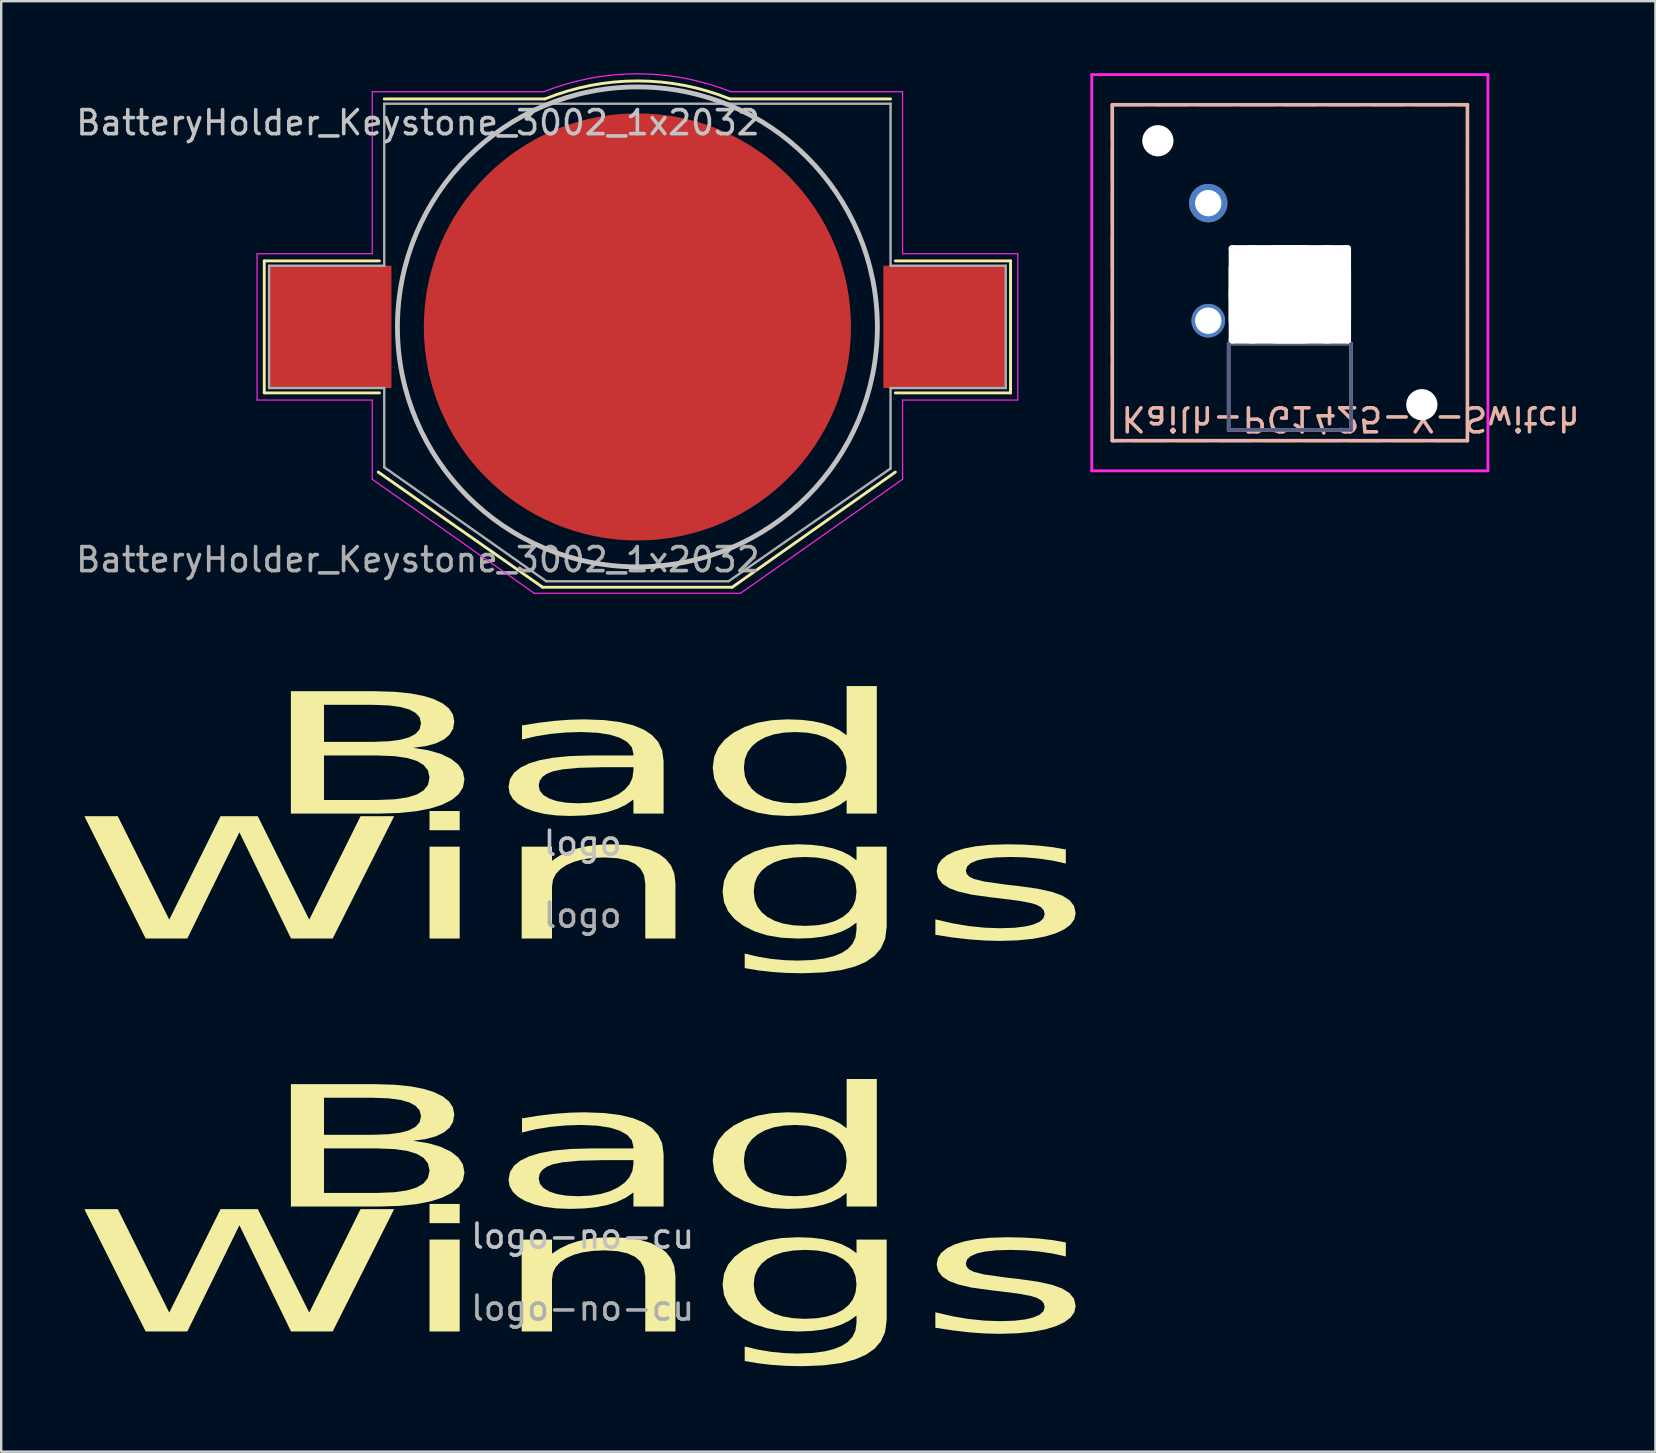
<source format=kicad_pcb>
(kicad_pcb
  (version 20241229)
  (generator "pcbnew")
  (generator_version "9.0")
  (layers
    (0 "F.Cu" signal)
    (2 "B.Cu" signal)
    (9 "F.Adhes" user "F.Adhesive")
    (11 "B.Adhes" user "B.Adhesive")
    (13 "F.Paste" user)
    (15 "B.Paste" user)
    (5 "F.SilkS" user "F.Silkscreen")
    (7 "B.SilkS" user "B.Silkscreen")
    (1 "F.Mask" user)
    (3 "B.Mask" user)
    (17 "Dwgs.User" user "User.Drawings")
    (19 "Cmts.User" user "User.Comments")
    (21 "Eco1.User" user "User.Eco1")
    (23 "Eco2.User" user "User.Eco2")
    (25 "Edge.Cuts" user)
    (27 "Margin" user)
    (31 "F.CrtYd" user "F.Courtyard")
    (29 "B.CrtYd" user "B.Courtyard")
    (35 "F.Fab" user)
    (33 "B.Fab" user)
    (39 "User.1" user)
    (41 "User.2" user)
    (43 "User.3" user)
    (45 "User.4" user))
  (footprint "logo"
    (layer "F.Cu")
    (at 21.23 32.591)
    (property "Reference" "logo" (at 0 -0.5 0) (unlocked yes) (layer "Dwgs.User") (effects (font (size 1 1) (thickness 0.15))))
    (attr smd)
    (fp_text user "Wings" (at 0 1.397 0) (unlocked yes) (layer "F.SilkS") (effects (font (face "a Another Tag") (size 5 10) (thickness 0.15))))
    (fp_text user "Bad" (at 0 -3.81 0) (unlocked yes) (layer "F.SilkS") (effects (font (face "a Another Tag") (size 5 10) (thickness 0.15))))
    (fp_text user "${REFERENCE}" (at 0 2.5 0) (unlocked yes) (layer "F.Fab") (effects (font (size 1 1) (thickness 0.15)))))
  (footprint "Kailh-PG1425-X-Switch"
    (layer "F.Cu")
    (at 50.703 8.303)
    (property "Reference" "Kailh-PG1425-X-Switch" (at -7.112 6.096 180) (unlocked yes) (layer "B.SilkS") (effects (font (size 1 1) (thickness 0.15)) (justify left mirror)))
    (attr through_hole)
    (fp_rect (start -7.4 -6.987) (end 7.4 7.013) (stroke (width 0.12) (type dash)) (fill no) (layer "F.SilkS"))
    (fp_line (start -7.4 -6.988) (end -7.4 7.012) (stroke (width 0.15) (type solid)) (layer "B.SilkS"))
    (fp_line (start -7.4 7.012) (end 7.4 7.012) (stroke (width 0.15) (type solid)) (layer "B.SilkS"))
    (fp_line (start 7.4 -6.988) (end -7.4 -6.988) (stroke (width 0.15) (type solid)) (layer "B.SilkS"))
    (fp_line (start 7.4 7.012) (end 7.4 -6.988) (stroke (width 0.15) (type solid)) (layer "B.SilkS"))
    (fp_line (start -8.255 -8.242) (end 8.255 -8.242) (stroke (width 0.12) (type solid)) (layer "F.CrtYd"))
    (fp_line (start -8.255 8.268) (end -8.255 -8.242) (stroke (width 0.12) (type solid)) (layer "F.CrtYd"))
    (fp_line (start 8.255 -8.242) (end 8.255 8.268) (stroke (width 0.12) (type solid)) (layer "F.CrtYd"))
    (fp_line (start 8.255 8.268) (end -8.255 8.268) (stroke (width 0.12) (type solid)) (layer "F.CrtYd"))
    (fp_line (start -2.55 2.962) (end 2.55 2.962) (stroke (width 0.15) (type solid)) (layer "B.Fab"))
    (fp_line (start -2.55 6.562) (end -2.55 2.962) (stroke (width 0.15) (type solid)) (layer "B.Fab"))
    (fp_line (start 2.55 2.962) (end 2.55 6.562) (stroke (width 0.15) (type solid)) (layer "B.Fab"))
    (fp_line (start 2.55 6.562) (end -2.55 6.562) (stroke (width 0.15) (type solid)) (layer "B.Fab"))
    (fp_line (start -2.55 2.962) (end -2.55 6.562) (stroke (width 0.15) (type solid)) (layer "F.Fab"))
    (fp_line (start -2.55 6.562) (end 2.55 6.562) (stroke (width 0.15) (type solid)) (layer "F.Fab"))
    (fp_line (start 2.55 2.962) (end -2.55 2.962) (stroke (width 0.15) (type solid)) (layer "F.Fab"))
    (fp_line (start 2.55 6.562) (end 2.55 2.962) (stroke (width 0.15) (type solid)) (layer "F.Fab"))
    (pad "" np_thru_hole circle (at -5.5 -5.488 180) (size 1.3 1.3) (drill 1.3) (layers "*.Cu" "*.Mask"))
    (pad "" np_thru_hole oval (at -2.4 0.912) (size 0.3 4.1) (drill oval 0.3 4.1) (layers "*.Cu" "*.Mask"))
    (pad "" np_thru_hole oval (at -1.55 0.912) (size 2 4.1) (drill oval 2 4.1) (layers "*.Cu" "*.Mask"))
    (pad "" np_thru_hole oval (at 0 -0.988) (size 5.1 0.3) (drill oval 5.1 0.3) (layers "*.Cu" "*.Mask"))
    (pad "" np_thru_hole oval (at 0 0.912) (size 5.1 4.1) (drill oval 5.1 4.1) (layers "*.Cu" "*.Mask"))
    (pad "" np_thru_hole oval (at 0 2.812) (size 5.1 0.3) (drill oval 5.1 0.3) (layers "*.Cu" "*.Mask"))
    (pad "" np_thru_hole oval (at 1.55 0.912) (size 2 4.1) (drill oval 2 4.1) (layers "*.Cu" "*.Mask"))
    (pad "" np_thru_hole oval (at 2.4 0.912) (size 0.3 4.1) (drill oval 0.3 4.1) (layers "*.Cu" "*.Mask"))
    (pad "" np_thru_hole circle (at 5.5 5.512 180) (size 1.3 1.3) (drill 1.3) (layers "*.Cu" "*.Mask"))
    (pad "1" thru_hole circle (at -3.4 -2.888 180) (size 1.6 1.6) (drill 1.1) (layers "*.Cu" "*.Mask"))
    (pad "2" thru_hole circle (at -3.4 2.012 180) (size 1.4 1.4) (drill 1.1) (layers "*.Cu" "*.Mask")))
  (footprint "BatteryHolder_Keystone_3002_1x2032"
    (layer "F.Cu")
    (at 23.513 10.573)
    (property "Reference" "BatteryHolder_Keystone_3002_1x2032" (at -9.144 -8.509 0) (layer "Dwgs.User") (effects (font (size 1 1) (thickness 0.15))))
    (attr smd)
    (fp_line (start -15.55 -2.75) (end -15.55 2.75) (stroke (width 0.12) (type solid)) (layer "F.SilkS"))
    (fp_line (start -15.55 2.75) (end -10.75 2.75) (stroke (width 0.12) (type solid)) (layer "F.SilkS"))
    (fp_line (start -10.8 6.05) (end -3.95 10.85) (stroke (width 0.12) (type solid)) (layer "F.SilkS"))
    (fp_line (start -10.75 -2.75) (end -15.55 -2.75) (stroke (width 0.12) (type solid)) (layer "F.SilkS"))
    (fp_line (start -10.55 -9.5) (end -3.85 -9.5) (stroke (width 0.12) (type solid)) (layer "F.SilkS"))
    (fp_line (start -3.95 10.85) (end 3.95 10.85) (stroke (width 0.12) (type solid)) (layer "F.SilkS"))
    (fp_line (start 3.95 10.85) (end 10.75 6.05) (stroke (width 0.12) (type solid)) (layer "F.SilkS"))
    (fp_line (start 10.55 -9.5) (end 3.85 -9.5) (stroke (width 0.12) (type solid)) (layer "F.SilkS"))
    (fp_line (start 10.75 2.75) (end 15.55 2.75) (stroke (width 0.12) (type solid)) (layer "F.SilkS"))
    (fp_line (start 15.55 -2.75) (end 10.75 -2.75) (stroke (width 0.12) (type solid)) (layer "F.SilkS"))
    (fp_line (start 15.55 2.75) (end 15.55 -2.75) (stroke (width 0.12) (type solid)) (layer "F.SilkS"))
    (fp_arc (start -3.846385 -9.501464) (mid 0.00195 -10.250487) (end 3.85 -9.5) (stroke (width 0.12) (type solid)) (layer "F.SilkS"))
    (fp_circle (center 0 0) (end 10 0) (stroke (width 0.2) (type solid)) (fill no) (layer "Dwgs.User"))
    (fp_line (start -15.85 -3.05) (end -11.05 -3.05) (stroke (width 0.05) (type solid)) (layer "F.CrtYd"))
    (fp_line (start -15.85 3.05) (end -15.85 -3.05) (stroke (width 0.05) (type solid)) (layer "F.CrtYd"))
    (fp_line (start -11.05 -9.8) (end -3.9 -9.8) (stroke (width 0.05) (type solid)) (layer "F.CrtYd"))
    (fp_line (start -11.05 -3.05) (end -11.05 -9.8) (stroke (width 0.05) (type solid)) (layer "F.CrtYd"))
    (fp_line (start -11.05 3.05) (end -15.85 3.05) (stroke (width 0.05) (type solid)) (layer "F.CrtYd"))
    (fp_line (start -11.05 6.35) (end -11.05 3.05) (stroke (width 0.05) (type solid)) (layer "F.CrtYd"))
    (fp_line (start -4.3 11.1) (end -11.05 6.35) (stroke (width 0.05) (type solid)) (layer "F.CrtYd"))
    (fp_line (start 4.3 11.1) (end -4.3 11.1) (stroke (width 0.05) (type solid)) (layer "F.CrtYd"))
    (fp_line (start 11.05 -9.8) (end 3.9 -9.8) (stroke (width 0.05) (type solid)) (layer "F.CrtYd"))
    (fp_line (start 11.05 -9.8) (end 11.05 -3.05) (stroke (width 0.05) (type solid)) (layer "F.CrtYd"))
    (fp_line (start 11.05 -3.05) (end 15.85 -3.05) (stroke (width 0.05) (type solid)) (layer "F.CrtYd"))
    (fp_line (start 11.05 3.05) (end 11.05 6.35) (stroke (width 0.05) (type solid)) (layer "F.CrtYd"))
    (fp_line (start 11.05 6.35) (end 4.3 11.1) (stroke (width 0.05) (type solid)) (layer "F.CrtYd"))
    (fp_line (start 15.85 -3.05) (end 15.85 3.05) (stroke (width 0.05) (type solid)) (layer "F.CrtYd"))
    (fp_line (start 15.85 3.05) (end 11.05 3.05) (stroke (width 0.05) (type solid)) (layer "F.CrtYd"))
    (fp_arc (start -3.9 -9.8) (mid 0 -10.547512) (end 3.9 -9.8) (stroke (width 0.05) (type solid)) (layer "F.CrtYd"))
    (fp_line (start -15.35 -2.55) (end -15.35 2.55) (stroke (width 0.1) (type solid)) (layer "F.Fab"))
    (fp_line (start -15.35 -2.55) (end -10.55 -2.55) (stroke (width 0.1) (type solid)) (layer "F.Fab"))
    (fp_line (start -15.35 2.55) (end -10.55 2.55) (stroke (width 0.1) (type solid)) (layer "F.Fab"))
    (fp_line (start -10.55 -2.55) (end -10.55 -9.3) (stroke (width 0.1) (type solid)) (layer "F.Fab"))
    (fp_line (start -10.55 2.55) (end -10.55 5.85) (stroke (width 0.1) (type solid)) (layer "F.Fab"))
    (fp_line (start -10.55 5.85) (end -3.8 10.6) (stroke (width 0.1) (type solid)) (layer "F.Fab"))
    (fp_line (start -3.8 10.6) (end 3.8 10.6) (stroke (width 0.1) (type solid)) (layer "F.Fab"))
    (fp_line (start 10.55 -9.3) (end -10.55 -9.3) (stroke (width 0.1) (type solid)) (layer "F.Fab"))
    (fp_line (start 10.55 -2.55) (end 10.55 -9.3) (stroke (width 0.1) (type solid)) (layer "F.Fab"))
    (fp_line (start 10.55 2.55) (end 10.55 5.9) (stroke (width 0.1) (type solid)) (layer "F.Fab"))
    (fp_line (start 10.55 2.55) (end 15.35 2.55) (stroke (width 0.1) (type solid)) (layer "F.Fab"))
    (fp_line (start 10.55 5.9) (end 3.8 10.6) (stroke (width 0.1) (type solid)) (layer "F.Fab"))
    (fp_line (start 15.35 -2.55) (end 10.55 -2.55) (stroke (width 0.1) (type solid)) (layer "F.Fab"))
    (fp_line (start 15.35 2.55) (end 15.35 -2.55) (stroke (width 0.1) (type solid)) (layer "F.Fab"))
    (fp_text user "${REFERENCE}" (at -9.15 9.7 0) (layer "F.Fab") (effects (font (size 1 1) (thickness 0.15))))
    (pad "1" smd rect (at -12.8 0) (size 5.1 5.1) (layers "F.Cu" "F.Mask" "F.Paste"))
    (pad "1" smd rect (at 12.8 0) (size 5.1 5.1) (layers "F.Cu" "F.Mask" "F.Paste"))
    (pad "2" smd circle (at 0 0) (size 17.8 17.8) (layers "F.Cu" "F.Mask")))
  (footprint "logo-no-cu"
    (layer "F.Cu")
    (at 21.23 48.966)
    (property "Reference" "logo-no-cu" (at 0 -0.5 0) (unlocked yes) (layer "Dwgs.User") (effects (font (size 1 1) (thickness 0.15))))
    (attr smd)
    (fp_text user "Wings" (at 0 1.397 0) (unlocked yes) (layer "F.SilkS") (effects (font (face "a Another Tag") (size 5 10) (thickness 0.15))))
    (fp_text user "Bad" (at 0 -3.81 0) (unlocked yes) (layer "F.SilkS") (effects (font (face "a Another Tag") (size 5 10) (thickness 0.15))))
    (fp_text user "${REFERENCE}" (at 0 2.5 0) (unlocked yes) (layer "F.Fab") (effects (font (size 1 1) (thickness 0.15)))))
  (gr_rect
    (start -3 -3)
    (end 65.936 57.446)
    (stroke (width 0.1) (type default))
    (fill no)
    (layer "Edge.Cuts")))
</source>
